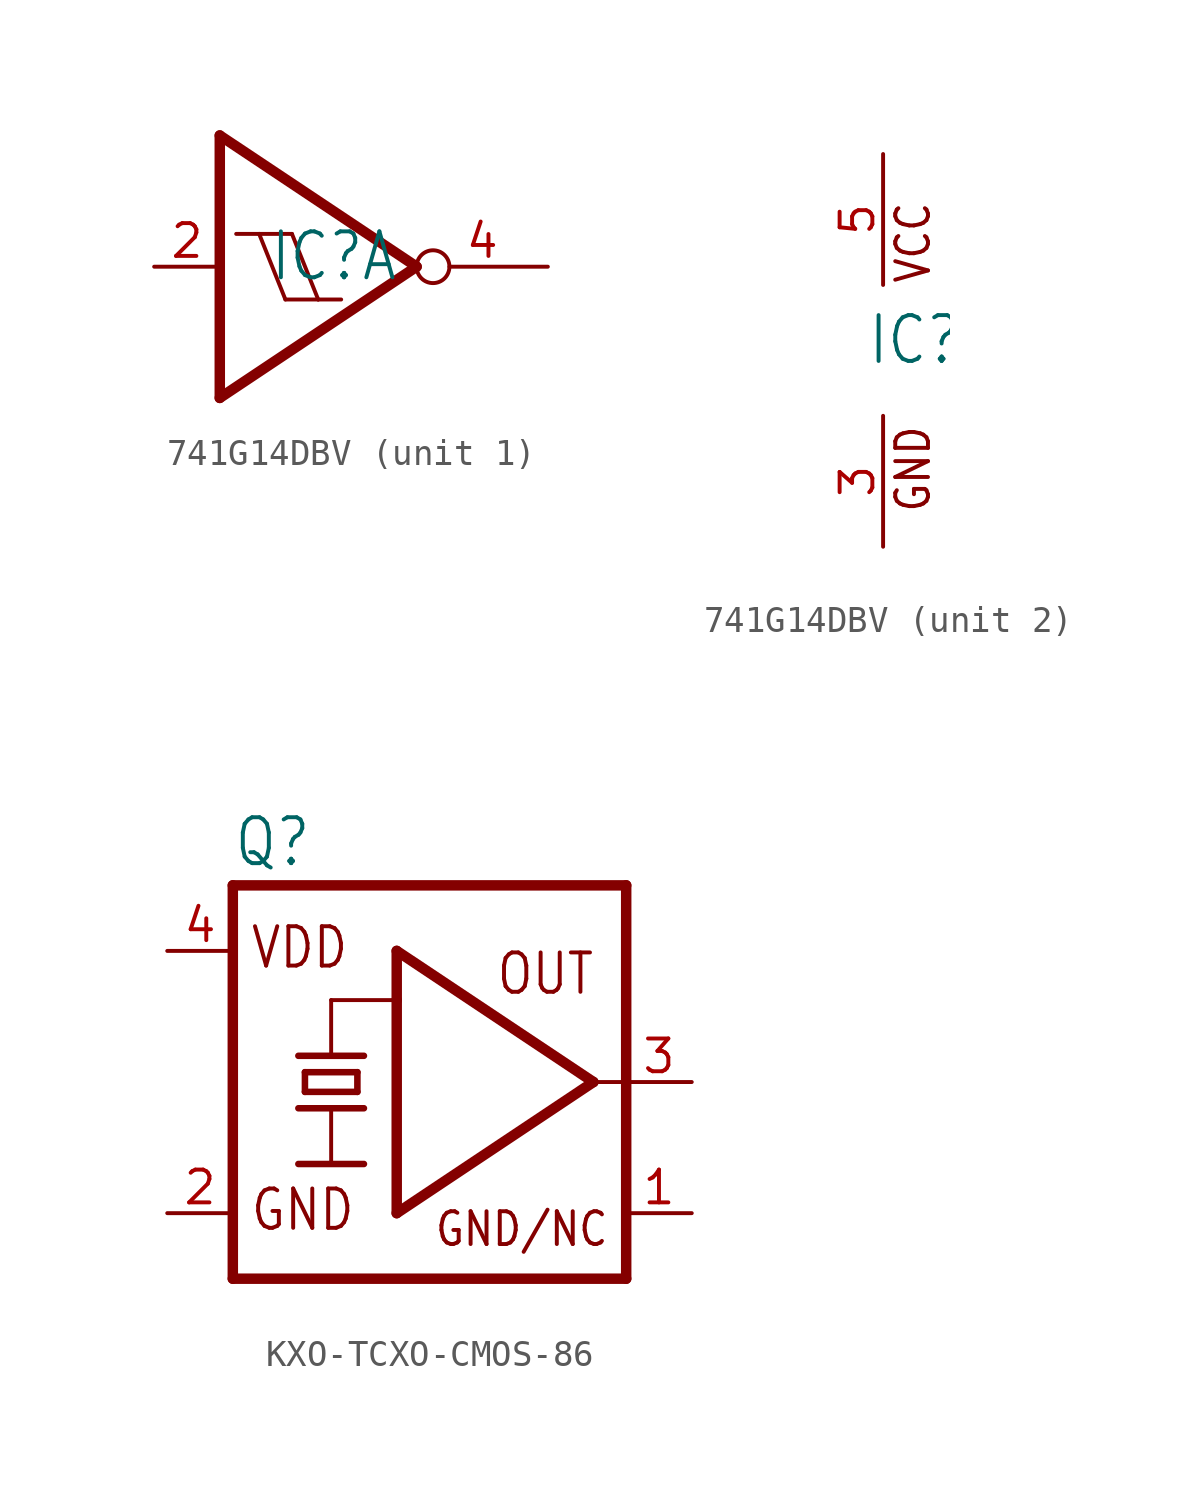
<source format=kicad_sym>
(kicad_symbol_lib
  (version 20231120)
  (generator "kicad_symbol_editor")
  (generator_version "8.0")
  (symbol "741G14DBV"
    (property "Reference" "IC"
      (at -0.635 -0.635 0)
      (effects (font (size 1.778 1.511)) (justify left bottom)))
    (property "ki_locked" ""
      (at 0 0 0)
      (effects (font (size 1.27 1.27))))
    (symbol "741G14DBV_1_0"
      (polyline (pts (xy -2.54 -5.08) (xy -2.54 5.08)) (stroke (width 0.406) (type solid)) (fill (type none)))
      (polyline (pts (xy -2.54 5.08) (xy 5.08 0)) (stroke (width 0.406) (type solid)) (fill (type none)))
      (polyline (pts (xy -1.905 1.27) (xy -1.016 1.27)) (stroke (width 0.152) (type solid)) (fill (type none)))
      (polyline (pts (xy -1.016 1.27) (xy 0.254 1.27)) (stroke (width 0.152) (type solid)) (fill (type none)))
      (polyline (pts (xy 0 -1.27) (xy -1.016 1.27)) (stroke (width 0.152) (type solid)) (fill (type none)))
      (polyline (pts (xy 0 -1.27) (xy 1.27 -1.27)) (stroke (width 0.152) (type solid)) (fill (type none)))
      (polyline (pts (xy 1.27 -1.27) (xy 0.254 1.27)) (stroke (width 0.152) (type solid)) (fill (type none)))
      (polyline (pts (xy 1.27 -1.27) (xy 2.159 -1.27)) (stroke (width 0.152) (type solid)) (fill (type none)))
      (polyline (pts (xy 5.08 0) (xy -2.54 -5.08)) (stroke (width 0.406) (type solid)) (fill (type none)))
      (pin input line (at -5.08 0 0) (length 2.54) (name "I" (effects (font (size 0 0)))) (number "2" (effects (font (size 1.27 1.27)))))
      (pin output inverted (at 10.16 0 180) (length 5.08) (name "O" (effects (font (size 0 0)))) (number "4" (effects (font (size 1.27 1.27))))))
    (symbol "741G14DBV_2_0"
      (text "GND" (at 1.905 -6.35 900) (effects (font (size 1.27 1.079)) (justify left bottom)))
      (text "VCC" (at 1.905 2.54 900) (effects (font (size 1.27 1.079)) (justify left bottom)))
      (pin power_in line (at 0 -7.62 90) (length 5.08) (name "GND" (effects (font (size 0 0)))) (number "3" (effects (font (size 1.27 1.27)))))
      (pin power_in line (at 0 7.62 270) (length 5.08) (name "VCC" (effects (font (size 0 0)))) (number "5" (effects (font (size 1.27 1.27)))))))
  (symbol "KXO-TCXO-CMOS-86"
    (property "Reference" "Q"
      (at -7.62 8.255 0)
      (effects (font (size 1.778 1.511)) (justify left bottom)))
    (property "ki_locked" ""
      (at 0 0 0)
      (effects (font (size 1.27 1.27))))
    (symbol "KXO-TCXO-CMOS-86_1_0"
      (polyline (pts (xy -7.62 7.62) (xy -7.62 -7.62)) (stroke (width 0.406) (type solid)) (fill (type none)))
      (polyline (pts (xy -7.62 7.62) (xy 7.62 7.62)) (stroke (width 0.406) (type solid)) (fill (type none)))
      (polyline (pts (xy -5.08 -3.175) (xy -2.54 -3.175)) (stroke (width 0.254) (type solid)) (fill (type none)))
      (polyline (pts (xy -5.08 -1.016) (xy -3.81 -1.016)) (stroke (width 0.254) (type solid)) (fill (type none)))
      (polyline (pts (xy -5.08 1.016) (xy -2.54 1.016)) (stroke (width 0.254) (type solid)) (fill (type none)))
      (polyline (pts (xy -4.826 -0.381) (xy -4.826 0.381)) (stroke (width 0.254) (type solid)) (fill (type none)))
      (polyline (pts (xy -4.826 -0.381) (xy -2.794 -0.381)) (stroke (width 0.254) (type solid)) (fill (type none)))
      (polyline (pts (xy -4.826 0.381) (xy -2.794 0.381)) (stroke (width 0.254) (type solid)) (fill (type none)))
      (polyline (pts (xy -3.81 -3.175) (xy -3.81 -1.016)) (stroke (width 0.152) (type solid)) (fill (type none)))
      (polyline (pts (xy -3.81 -1.016) (xy -2.54 -1.016)) (stroke (width 0.254) (type solid)) (fill (type none)))
      (polyline (pts (xy -3.81 1.016) (xy -3.81 3.175)) (stroke (width 0.152) (type solid)) (fill (type none)))
      (polyline (pts (xy -3.81 3.175) (xy -1.27 3.175)) (stroke (width 0.152) (type solid)) (fill (type none)))
      (polyline (pts (xy -2.794 0.381) (xy -2.794 -0.381)) (stroke (width 0.254) (type solid)) (fill (type none)))
      (polyline (pts (xy -1.27 -5.08) (xy -1.27 3.175)) (stroke (width 0.406) (type solid)) (fill (type none)))
      (polyline (pts (xy -1.27 3.175) (xy -1.27 5.08)) (stroke (width 0.406) (type solid)) (fill (type none)))
      (polyline (pts (xy -1.27 5.08) (xy 6.35 0)) (stroke (width 0.406) (type solid)) (fill (type none)))
      (polyline (pts (xy 6.35 0) (xy -1.27 -5.08)) (stroke (width 0.406) (type solid)) (fill (type none)))
      (polyline (pts (xy 6.35 0) (xy 7.62 0)) (stroke (width 0.152) (type solid)) (fill (type none)))
      (polyline (pts (xy 7.62 -7.62) (xy -7.62 -7.62)) (stroke (width 0.406) (type solid)) (fill (type none)))
      (polyline (pts (xy 7.62 -7.62) (xy 7.62 0)) (stroke (width 0.406) (type solid)) (fill (type none)))
      (polyline (pts (xy 7.62 0) (xy 7.62 7.62)) (stroke (width 0.406) (type solid)) (fill (type none)))
      (text "GND" (at -6.985 -5.842 0) (effects (font (size 1.524 1.295)) (justify left bottom)))
      (text "GND/NC" (at 6.985 -4.953 0) (effects (font (size 1.27 1.079)) (justify right top)))
      (text "OUT" (at 2.54 3.302 0) (effects (font (size 1.524 1.295)) (justify left bottom)))
      (text "VDD" (at -6.985 4.318 0) (effects (font (size 1.524 1.295)) (justify left bottom)))
      (pin power_in line (at 10.16 -5.08 180) (length 2.54) (name "GND/NC" (effects (font (size 0 0)))) (number "1" (effects (font (size 1.27 1.27)))))
      (pin power_in line (at -10.16 -5.08 0) (length 2.54) (name "GND" (effects (font (size 0 0)))) (number "2" (effects (font (size 1.27 1.27)))))
      (pin output line (at 10.16 0 180) (length 2.54) (name "OUT" (effects (font (size 0 0)))) (number "3" (effects (font (size 1.27 1.27)))))
      (pin power_in line (at -10.16 5.08 0) (length 2.54) (name "VDD" (effects (font (size 0 0)))) (number "4" (effects (font (size 1.27 1.27))))))))
</source>
